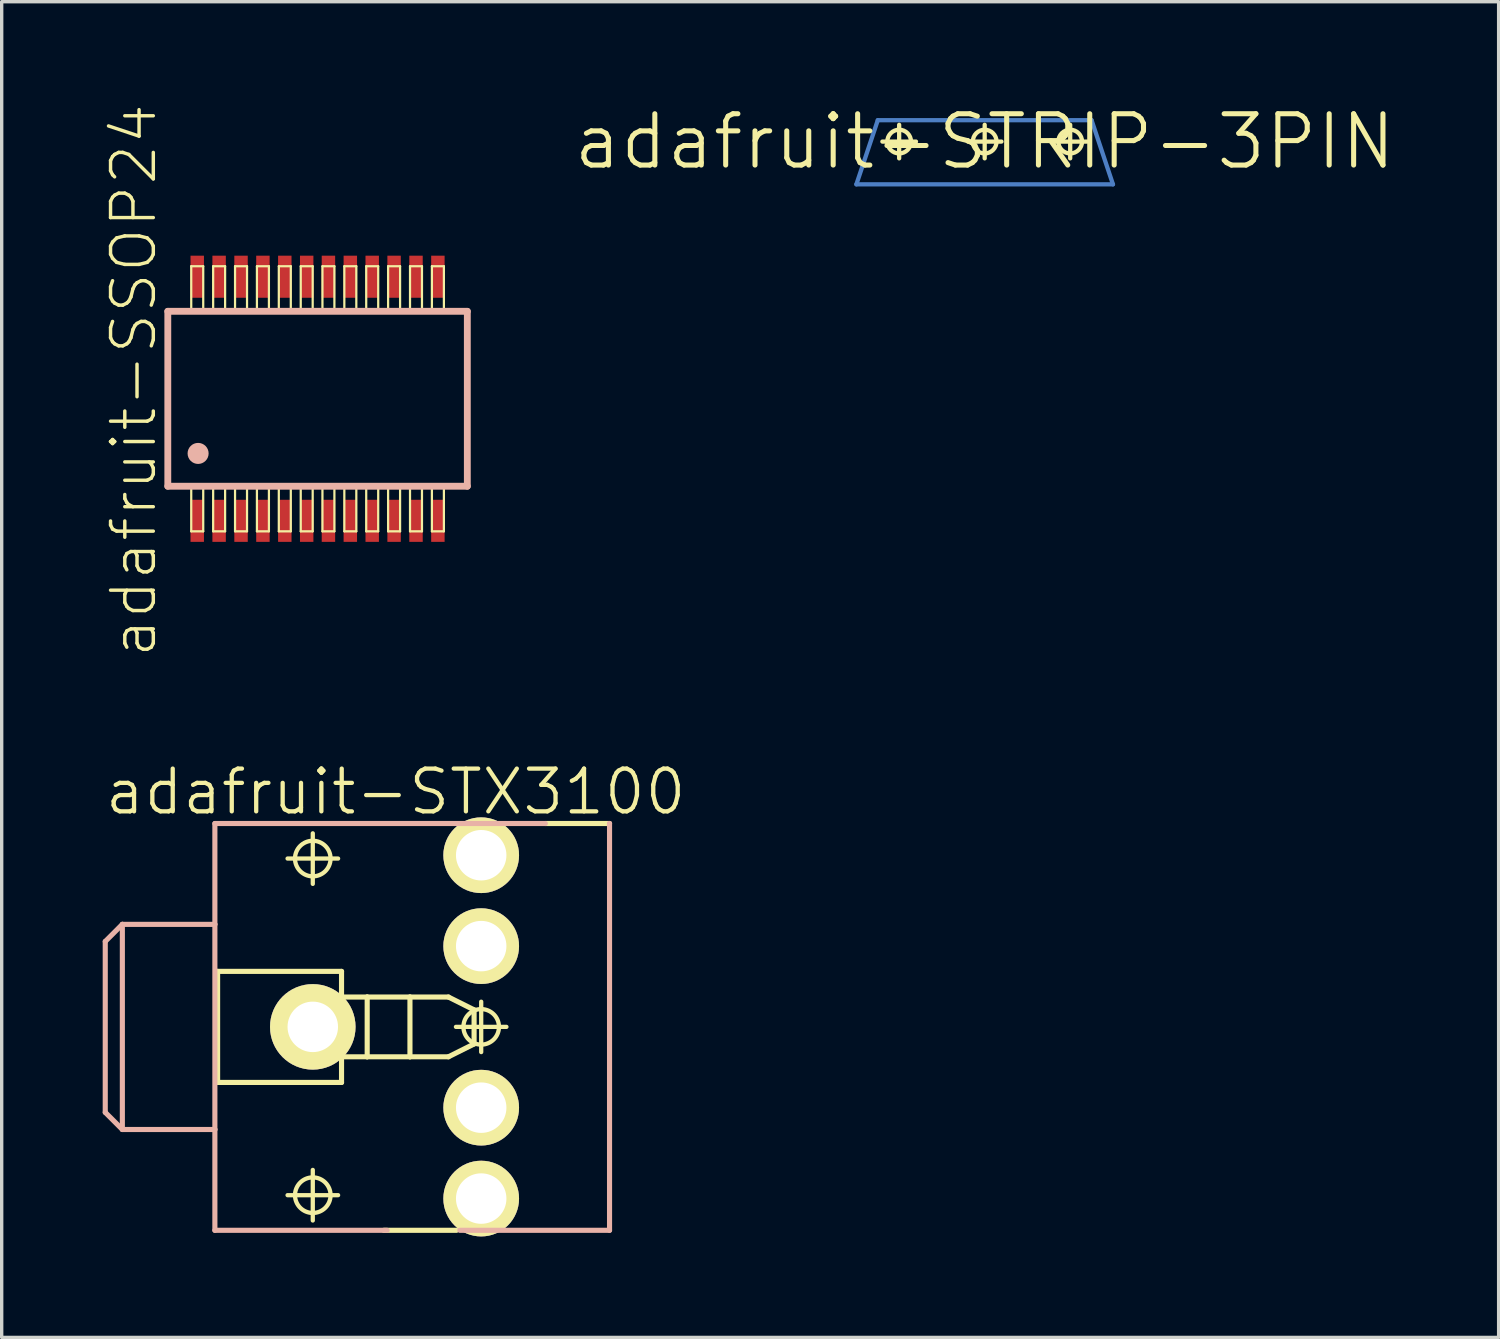
<source format=kicad_pcb>
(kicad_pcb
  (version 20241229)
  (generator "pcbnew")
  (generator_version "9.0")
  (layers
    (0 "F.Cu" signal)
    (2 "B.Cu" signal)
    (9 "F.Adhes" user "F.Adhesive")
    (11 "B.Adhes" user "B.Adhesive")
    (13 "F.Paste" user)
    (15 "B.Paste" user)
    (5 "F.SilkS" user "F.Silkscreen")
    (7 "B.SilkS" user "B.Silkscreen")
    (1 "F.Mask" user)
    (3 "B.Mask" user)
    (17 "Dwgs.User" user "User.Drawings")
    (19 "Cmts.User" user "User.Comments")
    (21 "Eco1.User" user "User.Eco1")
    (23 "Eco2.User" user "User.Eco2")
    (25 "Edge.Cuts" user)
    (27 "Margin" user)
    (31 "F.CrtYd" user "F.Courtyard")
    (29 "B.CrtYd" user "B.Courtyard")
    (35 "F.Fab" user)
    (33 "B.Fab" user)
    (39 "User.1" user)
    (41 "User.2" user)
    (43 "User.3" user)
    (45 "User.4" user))
  (footprint "adafruit-SSOP24"
    (layer "F.Cu")
    (at 6.382 8.794)
    (property "Reference" "adafruit-SSOP24" (at -5.461 -0.544 90) (layer "F.SilkS") (effects (font (size 1.27 1.27) (thickness 0.102))))
    (attr smd)
    (fp_line (start -3.752 -3.937) (end -3.396 -3.937) (stroke (width 0.066) (type solid)) (layer "F.SilkS"))
    (fp_line (start -3.752 -2.642) (end -3.752 -3.937) (stroke (width 0.066) (type solid)) (layer "F.SilkS"))
    (fp_line (start -3.752 -2.642) (end -3.396 -2.642) (stroke (width 0.066) (type solid)) (layer "F.SilkS"))
    (fp_line (start -3.752 2.642) (end -3.396 2.642) (stroke (width 0.066) (type solid)) (layer "F.SilkS"))
    (fp_line (start -3.752 3.937) (end -3.752 2.642) (stroke (width 0.066) (type solid)) (layer "F.SilkS"))
    (fp_line (start -3.752 3.937) (end -3.396 3.937) (stroke (width 0.066) (type solid)) (layer "F.SilkS"))
    (fp_line (start -3.396 -2.642) (end -3.396 -3.937) (stroke (width 0.066) (type solid)) (layer "F.SilkS"))
    (fp_line (start -3.396 3.937) (end -3.396 2.642) (stroke (width 0.066) (type solid)) (layer "F.SilkS"))
    (fp_line (start -3.101 -3.937) (end -2.746 -3.937) (stroke (width 0.066) (type solid)) (layer "F.SilkS"))
    (fp_line (start -3.101 -2.642) (end -3.101 -3.937) (stroke (width 0.066) (type solid)) (layer "F.SilkS"))
    (fp_line (start -3.101 -2.642) (end -2.746 -2.642) (stroke (width 0.066) (type solid)) (layer "F.SilkS"))
    (fp_line (start -3.101 2.642) (end -2.746 2.642) (stroke (width 0.066) (type solid)) (layer "F.SilkS"))
    (fp_line (start -3.101 3.937) (end -3.101 2.642) (stroke (width 0.066) (type solid)) (layer "F.SilkS"))
    (fp_line (start -3.101 3.937) (end -2.746 3.937) (stroke (width 0.066) (type solid)) (layer "F.SilkS"))
    (fp_line (start -2.746 -2.642) (end -2.746 -3.937) (stroke (width 0.066) (type solid)) (layer "F.SilkS"))
    (fp_line (start -2.746 3.937) (end -2.746 2.642) (stroke (width 0.066) (type solid)) (layer "F.SilkS"))
    (fp_line (start -2.451 -3.937) (end -2.095 -3.937) (stroke (width 0.066) (type solid)) (layer "F.SilkS"))
    (fp_line (start -2.451 -2.642) (end -2.451 -3.937) (stroke (width 0.066) (type solid)) (layer "F.SilkS"))
    (fp_line (start -2.451 -2.642) (end -2.095 -2.642) (stroke (width 0.066) (type solid)) (layer "F.SilkS"))
    (fp_line (start -2.451 2.642) (end -2.095 2.642) (stroke (width 0.066) (type solid)) (layer "F.SilkS"))
    (fp_line (start -2.451 3.937) (end -2.451 2.642) (stroke (width 0.066) (type solid)) (layer "F.SilkS"))
    (fp_line (start -2.451 3.937) (end -2.095 3.937) (stroke (width 0.066) (type solid)) (layer "F.SilkS"))
    (fp_line (start -2.095 -2.642) (end -2.095 -3.937) (stroke (width 0.066) (type solid)) (layer "F.SilkS"))
    (fp_line (start -2.095 3.937) (end -2.095 2.642) (stroke (width 0.066) (type solid)) (layer "F.SilkS"))
    (fp_line (start -1.801 -3.937) (end -1.445 -3.937) (stroke (width 0.066) (type solid)) (layer "F.SilkS"))
    (fp_line (start -1.801 -2.642) (end -1.801 -3.937) (stroke (width 0.066) (type solid)) (layer "F.SilkS"))
    (fp_line (start -1.801 -2.642) (end -1.445 -2.642) (stroke (width 0.066) (type solid)) (layer "F.SilkS"))
    (fp_line (start -1.801 2.642) (end -1.445 2.642) (stroke (width 0.066) (type solid)) (layer "F.SilkS"))
    (fp_line (start -1.801 3.937) (end -1.801 2.642) (stroke (width 0.066) (type solid)) (layer "F.SilkS"))
    (fp_line (start -1.801 3.937) (end -1.445 3.937) (stroke (width 0.066) (type solid)) (layer "F.SilkS"))
    (fp_line (start -1.445 -2.642) (end -1.445 -3.937) (stroke (width 0.066) (type solid)) (layer "F.SilkS"))
    (fp_line (start -1.445 3.937) (end -1.445 2.642) (stroke (width 0.066) (type solid)) (layer "F.SilkS"))
    (fp_line (start -1.151 -3.937) (end -0.795 -3.937) (stroke (width 0.066) (type solid)) (layer "F.SilkS"))
    (fp_line (start -1.151 -2.642) (end -1.151 -3.937) (stroke (width 0.066) (type solid)) (layer "F.SilkS"))
    (fp_line (start -1.151 -2.642) (end -0.795 -2.642) (stroke (width 0.066) (type solid)) (layer "F.SilkS"))
    (fp_line (start -1.151 2.642) (end -0.795 2.642) (stroke (width 0.066) (type solid)) (layer "F.SilkS"))
    (fp_line (start -1.151 3.937) (end -1.151 2.642) (stroke (width 0.066) (type solid)) (layer "F.SilkS"))
    (fp_line (start -1.151 3.937) (end -0.795 3.937) (stroke (width 0.066) (type solid)) (layer "F.SilkS"))
    (fp_line (start -0.795 -2.642) (end -0.795 -3.937) (stroke (width 0.066) (type solid)) (layer "F.SilkS"))
    (fp_line (start -0.795 3.937) (end -0.795 2.642) (stroke (width 0.066) (type solid)) (layer "F.SilkS"))
    (fp_line (start -0.5 -3.937) (end -0.145 -3.937) (stroke (width 0.066) (type solid)) (layer "F.SilkS"))
    (fp_line (start -0.5 -2.642) (end -0.5 -3.937) (stroke (width 0.066) (type solid)) (layer "F.SilkS"))
    (fp_line (start -0.5 -2.642) (end -0.145 -2.642) (stroke (width 0.066) (type solid)) (layer "F.SilkS"))
    (fp_line (start -0.5 2.642) (end -0.145 2.642) (stroke (width 0.066) (type solid)) (layer "F.SilkS"))
    (fp_line (start -0.5 3.937) (end -0.5 2.642) (stroke (width 0.066) (type solid)) (layer "F.SilkS"))
    (fp_line (start -0.5 3.937) (end -0.145 3.937) (stroke (width 0.066) (type solid)) (layer "F.SilkS"))
    (fp_line (start -0.145 -2.642) (end -0.145 -3.937) (stroke (width 0.066) (type solid)) (layer "F.SilkS"))
    (fp_line (start -0.145 3.937) (end -0.145 2.642) (stroke (width 0.066) (type solid)) (layer "F.SilkS"))
    (fp_line (start 0.145 -3.937) (end 0.5 -3.937) (stroke (width 0.066) (type solid)) (layer "F.SilkS"))
    (fp_line (start 0.145 -2.642) (end 0.145 -3.937) (stroke (width 0.066) (type solid)) (layer "F.SilkS"))
    (fp_line (start 0.145 -2.642) (end 0.5 -2.642) (stroke (width 0.066) (type solid)) (layer "F.SilkS"))
    (fp_line (start 0.145 2.642) (end 0.5 2.642) (stroke (width 0.066) (type solid)) (layer "F.SilkS"))
    (fp_line (start 0.145 3.937) (end 0.145 2.642) (stroke (width 0.066) (type solid)) (layer "F.SilkS"))
    (fp_line (start 0.145 3.937) (end 0.5 3.937) (stroke (width 0.066) (type solid)) (layer "F.SilkS"))
    (fp_line (start 0.5 -2.642) (end 0.5 -3.937) (stroke (width 0.066) (type solid)) (layer "F.SilkS"))
    (fp_line (start 0.5 3.937) (end 0.5 2.642) (stroke (width 0.066) (type solid)) (layer "F.SilkS"))
    (fp_line (start 0.795 -3.937) (end 1.151 -3.937) (stroke (width 0.066) (type solid)) (layer "F.SilkS"))
    (fp_line (start 0.795 -2.642) (end 0.795 -3.937) (stroke (width 0.066) (type solid)) (layer "F.SilkS"))
    (fp_line (start 0.795 -2.642) (end 1.151 -2.642) (stroke (width 0.066) (type solid)) (layer "F.SilkS"))
    (fp_line (start 0.795 2.642) (end 1.151 2.642) (stroke (width 0.066) (type solid)) (layer "F.SilkS"))
    (fp_line (start 0.795 3.937) (end 0.795 2.642) (stroke (width 0.066) (type solid)) (layer "F.SilkS"))
    (fp_line (start 0.795 3.937) (end 1.151 3.937) (stroke (width 0.066) (type solid)) (layer "F.SilkS"))
    (fp_line (start 1.151 -2.642) (end 1.151 -3.937) (stroke (width 0.066) (type solid)) (layer "F.SilkS"))
    (fp_line (start 1.151 3.937) (end 1.151 2.642) (stroke (width 0.066) (type solid)) (layer "F.SilkS"))
    (fp_line (start 1.445 -3.937) (end 1.801 -3.937) (stroke (width 0.066) (type solid)) (layer "F.SilkS"))
    (fp_line (start 1.445 -2.642) (end 1.445 -3.937) (stroke (width 0.066) (type solid)) (layer "F.SilkS"))
    (fp_line (start 1.445 -2.642) (end 1.801 -2.642) (stroke (width 0.066) (type solid)) (layer "F.SilkS"))
    (fp_line (start 1.445 2.642) (end 1.801 2.642) (stroke (width 0.066) (type solid)) (layer "F.SilkS"))
    (fp_line (start 1.445 3.937) (end 1.445 2.642) (stroke (width 0.066) (type solid)) (layer "F.SilkS"))
    (fp_line (start 1.445 3.937) (end 1.801 3.937) (stroke (width 0.066) (type solid)) (layer "F.SilkS"))
    (fp_line (start 1.801 -2.642) (end 1.801 -3.937) (stroke (width 0.066) (type solid)) (layer "F.SilkS"))
    (fp_line (start 1.801 3.937) (end 1.801 2.642) (stroke (width 0.066) (type solid)) (layer "F.SilkS"))
    (fp_line (start 2.095 -3.937) (end 2.451 -3.937) (stroke (width 0.066) (type solid)) (layer "F.SilkS"))
    (fp_line (start 2.095 -2.642) (end 2.095 -3.937) (stroke (width 0.066) (type solid)) (layer "F.SilkS"))
    (fp_line (start 2.095 -2.642) (end 2.451 -2.642) (stroke (width 0.066) (type solid)) (layer "F.SilkS"))
    (fp_line (start 2.095 2.642) (end 2.451 2.642) (stroke (width 0.066) (type solid)) (layer "F.SilkS"))
    (fp_line (start 2.095 3.937) (end 2.095 2.642) (stroke (width 0.066) (type solid)) (layer "F.SilkS"))
    (fp_line (start 2.095 3.937) (end 2.451 3.937) (stroke (width 0.066) (type solid)) (layer "F.SilkS"))
    (fp_line (start 2.451 -2.642) (end 2.451 -3.937) (stroke (width 0.066) (type solid)) (layer "F.SilkS"))
    (fp_line (start 2.451 3.937) (end 2.451 2.642) (stroke (width 0.066) (type solid)) (layer "F.SilkS"))
    (fp_line (start 2.746 -3.937) (end 3.101 -3.937) (stroke (width 0.066) (type solid)) (layer "F.SilkS"))
    (fp_line (start 2.746 -2.642) (end 2.746 -3.937) (stroke (width 0.066) (type solid)) (layer "F.SilkS"))
    (fp_line (start 2.746 -2.642) (end 3.101 -2.642) (stroke (width 0.066) (type solid)) (layer "F.SilkS"))
    (fp_line (start 2.746 2.642) (end 3.101 2.642) (stroke (width 0.066) (type solid)) (layer "F.SilkS"))
    (fp_line (start 2.746 3.937) (end 2.746 2.642) (stroke (width 0.066) (type solid)) (layer "F.SilkS"))
    (fp_line (start 2.746 3.937) (end 3.101 3.937) (stroke (width 0.066) (type solid)) (layer "F.SilkS"))
    (fp_line (start 3.101 -2.642) (end 3.101 -3.937) (stroke (width 0.066) (type solid)) (layer "F.SilkS"))
    (fp_line (start 3.101 3.937) (end 3.101 2.642) (stroke (width 0.066) (type solid)) (layer "F.SilkS"))
    (fp_line (start 3.396 -3.937) (end 3.752 -3.937) (stroke (width 0.066) (type solid)) (layer "F.SilkS"))
    (fp_line (start 3.396 -2.642) (end 3.396 -3.937) (stroke (width 0.066) (type solid)) (layer "F.SilkS"))
    (fp_line (start 3.396 -2.642) (end 3.752 -2.642) (stroke (width 0.066) (type solid)) (layer "F.SilkS"))
    (fp_line (start 3.396 2.642) (end 3.752 2.642) (stroke (width 0.066) (type solid)) (layer "F.SilkS"))
    (fp_line (start 3.396 3.937) (end 3.396 2.642) (stroke (width 0.066) (type solid)) (layer "F.SilkS"))
    (fp_line (start 3.396 3.937) (end 3.752 3.937) (stroke (width 0.066) (type solid)) (layer "F.SilkS"))
    (fp_line (start 3.752 -2.642) (end 3.752 -3.937) (stroke (width 0.066) (type solid)) (layer "F.SilkS"))
    (fp_line (start 3.752 3.937) (end 3.752 2.642) (stroke (width 0.066) (type solid)) (layer "F.SilkS"))
    (fp_line (start -4.448 -2.598) (end -4.448 2.598) (stroke (width 0.203) (type solid)) (layer "B.SilkS"))
    (fp_line (start -4.448 2.598) (end 4.448 2.598) (stroke (width 0.203) (type solid)) (layer "B.SilkS"))
    (fp_line (start 4.448 -2.598) (end -4.448 -2.598) (stroke (width 0.203) (type solid)) (layer "B.SilkS"))
    (fp_line (start 4.448 2.598) (end 4.448 -2.598) (stroke (width 0.203) (type solid)) (layer "B.SilkS"))
    (fp_circle (center -3.548 1.623) (end -3.769 1.844) (stroke (width 0) (type solid)) (fill yes) (layer "B.SilkS"))
    (pad "1" smd rect (at -3.574 3.625) (size 0.399 1.25) (layers "F.Cu" "F.Mask" "F.Paste"))
    (pad "2" smd rect (at -2.924 3.625) (size 0.399 1.25) (layers "F.Cu" "F.Mask" "F.Paste"))
    (pad "3" smd rect (at -2.273 3.625) (size 0.399 1.25) (layers "F.Cu" "F.Mask" "F.Paste"))
    (pad "4" smd rect (at -1.623 3.625) (size 0.399 1.25) (layers "F.Cu" "F.Mask" "F.Paste"))
    (pad "5" smd rect (at -0.973 3.625) (size 0.399 1.25) (layers "F.Cu" "F.Mask" "F.Paste"))
    (pad "6" smd rect (at -0.323 3.625) (size 0.399 1.25) (layers "F.Cu" "F.Mask" "F.Paste"))
    (pad "7" smd rect (at 0.323 3.625) (size 0.399 1.25) (layers "F.Cu" "F.Mask" "F.Paste"))
    (pad "8" smd rect (at 0.973 3.625) (size 0.399 1.25) (layers "F.Cu" "F.Mask" "F.Paste"))
    (pad "9" smd rect (at 1.623 3.625) (size 0.399 1.25) (layers "F.Cu" "F.Mask" "F.Paste"))
    (pad "10" smd rect (at 2.273 3.625) (size 0.399 1.25) (layers "F.Cu" "F.Mask" "F.Paste"))
    (pad "11" smd rect (at 2.924 3.625) (size 0.399 1.25) (layers "F.Cu" "F.Mask" "F.Paste"))
    (pad "12" smd rect (at 3.574 3.625) (size 0.399 1.25) (layers "F.Cu" "F.Mask" "F.Paste"))
    (pad "13" smd rect (at 3.574 -3.625) (size 0.399 1.25) (layers "F.Cu" "F.Mask" "F.Paste"))
    (pad "14" smd rect (at 2.924 -3.625) (size 0.399 1.25) (layers "F.Cu" "F.Mask" "F.Paste"))
    (pad "15" smd rect (at 2.273 -3.625) (size 0.399 1.25) (layers "F.Cu" "F.Mask" "F.Paste"))
    (pad "16" smd rect (at 1.623 -3.625) (size 0.399 1.25) (layers "F.Cu" "F.Mask" "F.Paste"))
    (pad "17" smd rect (at 0.973 -3.625) (size 0.399 1.25) (layers "F.Cu" "F.Mask" "F.Paste"))
    (pad "18" smd rect (at 0.323 -3.625) (size 0.399 1.25) (layers "F.Cu" "F.Mask" "F.Paste"))
    (pad "19" smd rect (at -0.323 -3.625) (size 0.399 1.25) (layers "F.Cu" "F.Mask" "F.Paste"))
    (pad "20" smd rect (at -0.973 -3.625) (size 0.399 1.25) (layers "F.Cu" "F.Mask" "F.Paste"))
    (pad "21" smd rect (at -1.623 -3.625) (size 0.399 1.25) (layers "F.Cu" "F.Mask" "F.Paste"))
    (pad "22" smd rect (at -2.273 -3.625) (size 0.399 1.25) (layers "F.Cu" "F.Mask" "F.Paste"))
    (pad "23" smd rect (at -2.924 -3.625) (size 0.399 1.25) (layers "F.Cu" "F.Mask" "F.Paste"))
    (pad "24" smd rect (at -3.574 -3.625) (size 0.399 1.25) (layers "F.Cu" "F.Mask" "F.Paste")))
  (footprint "adafruit-STX3100"
    (layer "F.Cu")
    (at 3.543 27.35)
    (property "Reference" "adafruit-STX3100" (at 5.159 -6.883 0) (layer "F.SilkS") (effects (font (size 1.27 1.27) (thickness 0.127))))
    (attr exclude_from_pos_files exclude_from_bom)
    (fp_line (start -0.13 1.75) (end -0.13 -1.549) (stroke (width 0.152) (type solid)) (layer "F.SilkS"))
    (fp_line (start -0.13 1.75) (end 3.551 1.75) (stroke (width 0.152) (type solid)) (layer "F.SilkS"))
    (fp_line (start 1.948 -4.9) (end 3.449 -4.9) (stroke (width 0.127) (type solid)) (layer "F.SilkS"))
    (fp_line (start 1.948 5.098) (end 3.449 5.098) (stroke (width 0.127) (type solid)) (layer "F.SilkS"))
    (fp_line (start 2.697 -4.148) (end 2.697 -5.649) (stroke (width 0.127) (type solid)) (layer "F.SilkS"))
    (fp_line (start 2.697 5.85) (end 2.697 4.348) (stroke (width 0.127) (type solid)) (layer "F.SilkS"))
    (fp_line (start 3.551 -1.549) (end -0.13 -1.549) (stroke (width 0.152) (type solid)) (layer "F.SilkS"))
    (fp_line (start 3.551 -1.549) (end 3.551 -0.787) (stroke (width 0.152) (type solid)) (layer "F.SilkS"))
    (fp_line (start 3.551 -0.787) (end 3.551 0.988) (stroke (width 0.152) (type solid)) (layer "F.SilkS"))
    (fp_line (start 3.551 -0.787) (end 4.313 -0.787) (stroke (width 0.152) (type solid)) (layer "F.SilkS"))
    (fp_line (start 3.551 0.988) (end 3.551 1.75) (stroke (width 0.152) (type solid)) (layer "F.SilkS"))
    (fp_line (start 4.313 -0.787) (end 4.313 0.988) (stroke (width 0.152) (type solid)) (layer "F.SilkS"))
    (fp_line (start 4.313 -0.787) (end 5.583 -0.787) (stroke (width 0.152) (type solid)) (layer "F.SilkS"))
    (fp_line (start 4.313 0.988) (end 3.551 0.988) (stroke (width 0.152) (type solid)) (layer "F.SilkS"))
    (fp_line (start 4.806 6.142) (end 6.965 6.142) (stroke (width 0.152) (type solid)) (layer "F.SilkS"))
    (fp_line (start 5.583 -0.787) (end 5.583 0.988) (stroke (width 0.152) (type solid)) (layer "F.SilkS"))
    (fp_line (start 5.583 -0.787) (end 6.726 -0.787) (stroke (width 0.152) (type solid)) (layer "F.SilkS"))
    (fp_line (start 5.583 0.988) (end 4.313 0.988) (stroke (width 0.152) (type solid)) (layer "F.SilkS"))
    (fp_line (start 6.726 0.988) (end 5.583 0.988) (stroke (width 0.152) (type solid)) (layer "F.SilkS"))
    (fp_line (start 6.726 0.988) (end 7.488 0.607) (stroke (width 0.152) (type solid)) (layer "F.SilkS"))
    (fp_line (start 6.949 0.099) (end 8.448 0.099) (stroke (width 0.127) (type solid)) (layer "F.SilkS"))
    (fp_line (start 7.488 -0.406) (end 6.726 -0.787) (stroke (width 0.152) (type solid)) (layer "F.SilkS"))
    (fp_line (start 7.488 -0.406) (end 7.488 0.607) (stroke (width 0.152) (type solid)) (layer "F.SilkS"))
    (fp_line (start 7.699 0.848) (end 7.699 -0.648) (stroke (width 0.127) (type solid)) (layer "F.SilkS"))
    (fp_line (start 11.509 -5.941) (end 9.604 -5.941) (stroke (width 0.152) (type solid)) (layer "F.SilkS"))
    (fp_circle (center 2.697 -4.9) (end 3.071 -5.273) (stroke (width 0.127) (type solid)) (fill no) (layer "F.SilkS"))
    (fp_circle (center 2.697 5.098) (end 3.071 5.471) (stroke (width 0.127) (type solid)) (fill no) (layer "F.SilkS"))
    (fp_circle (center 7.699 0.099) (end 8.072 0.472) (stroke (width 0.127) (type solid)) (fill no) (layer "F.SilkS"))
    (fp_line (start -3.467 2.639) (end -3.467 -2.438) (stroke (width 0.152) (type solid)) (layer "B.SilkS"))
    (fp_line (start -2.959 -2.946) (end -3.467 -2.438) (stroke (width 0.152) (type solid)) (layer "B.SilkS"))
    (fp_line (start -2.959 3.147) (end -3.467 2.639) (stroke (width 0.152) (type solid)) (layer "B.SilkS"))
    (fp_line (start -2.959 3.147) (end -2.959 -2.946) (stroke (width 0.152) (type solid)) (layer "B.SilkS"))
    (fp_line (start -2.959 3.147) (end -0.211 3.147) (stroke (width 0.152) (type solid)) (layer "B.SilkS"))
    (fp_line (start -0.211 -2.946) (end -2.959 -2.946) (stroke (width 0.152) (type solid)) (layer "B.SilkS"))
    (fp_line (start -0.211 -2.946) (end -0.211 -5.941) (stroke (width 0.152) (type solid)) (layer "B.SilkS"))
    (fp_line (start -0.211 3.147) (end -0.211 -2.946) (stroke (width 0.152) (type solid)) (layer "B.SilkS"))
    (fp_line (start -0.211 6.142) (end -0.211 3.147) (stroke (width 0.152) (type solid)) (layer "B.SilkS"))
    (fp_line (start -0.211 6.142) (end 4.905 6.142) (stroke (width 0.152) (type solid)) (layer "B.SilkS"))
    (fp_line (start 7.064 6.142) (end 11.511 6.142) (stroke (width 0.152) (type solid)) (layer "B.SilkS"))
    (fp_line (start 9.604 -5.941) (end -0.211 -5.941) (stroke (width 0.152) (type solid)) (layer "B.SilkS"))
    (fp_line (start 11.511 -5.941) (end 11.509 -5.941) (stroke (width 0.152) (type solid)) (layer "B.SilkS"))
    (fp_line (start 11.511 -5.941) (end 11.511 6.142) (stroke (width 0.152) (type solid)) (layer "B.SilkS"))
    (pad "1" thru_hole circle (at 2.697 0.099) (size 2.54 2.54) (drill 1.499) (layers "*.Cu" "F.Mask" "F.SilkS" "F.Paste"))
    (pad "2" thru_hole circle (at 7.699 -4.999) (size 2.248 2.248) (drill 1.499) (layers "*.Cu" "F.Mask" "F.SilkS" "F.Paste"))
    (pad "3" thru_hole circle (at 7.699 -2.299) (size 2.248 2.248) (drill 1.499) (layers "*.Cu" "F.Mask" "F.SilkS" "F.Paste"))
    (pad "4" thru_hole circle (at 7.699 2.499) (size 2.248 2.248) (drill 1.499) (layers "*.Cu" "F.Mask" "F.SilkS" "F.Paste"))
    (pad "5" thru_hole circle (at 7.699 5.199) (size 2.248 2.248) (drill 1.499) (layers "*.Cu" "F.Mask" "F.SilkS" "F.Paste")))
  (footprint "adafruit-STRIP-3PIN"
    (layer "F.Cu")
    (at 26.196 1.155)
    (property "Reference" "adafruit-STRIP-3PIN" (at 0 0 0) (layer "F.SilkS") (effects (font (size 1.524 1.524) (thickness 0.15))))
    (attr exclude_from_pos_files exclude_from_bom)
    (fp_line (start -3.81 1.27) (end 3.81 1.27) (stroke (width 0.127) (type solid)) (layer "B.Cu"))
    (fp_line (start -3.175 -0.635) (end -3.81 1.27) (stroke (width 0.127) (type solid)) (layer "B.Cu"))
    (fp_line (start 3.175 -0.635) (end -3.175 -0.635) (stroke (width 0.127) (type solid)) (layer "B.Cu"))
    (fp_line (start 3.81 1.27) (end 3.175 -0.635) (stroke (width 0.127) (type solid)) (layer "B.Cu"))
    (fp_line (start -3.038 0) (end -2.04 0) (stroke (width 0.127) (type solid)) (layer "F.SilkS"))
    (fp_line (start -2.54 0.498) (end -2.54 -0.498) (stroke (width 0.127) (type solid)) (layer "F.SilkS"))
    (fp_line (start -0.498 0) (end 0.498 0) (stroke (width 0.127) (type solid)) (layer "F.SilkS"))
    (fp_line (start 0 0.498) (end 0 -0.498) (stroke (width 0.127) (type solid)) (layer "F.SilkS"))
    (fp_line (start 2.04 0) (end 3.038 0) (stroke (width 0.127) (type solid)) (layer "F.SilkS"))
    (fp_line (start 2.54 0.498) (end 2.54 -0.498) (stroke (width 0.127) (type solid)) (layer "F.SilkS"))
    (fp_circle (center -2.54 0) (end -2.789 0.249) (stroke (width 0.127) (type solid)) (fill no) (layer "F.SilkS"))
    (fp_circle (center 0 0) (end -0.249 0.249) (stroke (width 0.127) (type solid)) (fill no) (layer "F.SilkS"))
    (fp_circle (center 2.54 0) (end 2.789 0.249) (stroke (width 0.127) (type solid)) (fill no) (layer "F.SilkS")))
  (gr_rect
    (start -3 -3)
    (end 41.461 36.673)
    (stroke (width 0.1) (type default))
    (fill no)
    (layer "Edge.Cuts")))
</source>
